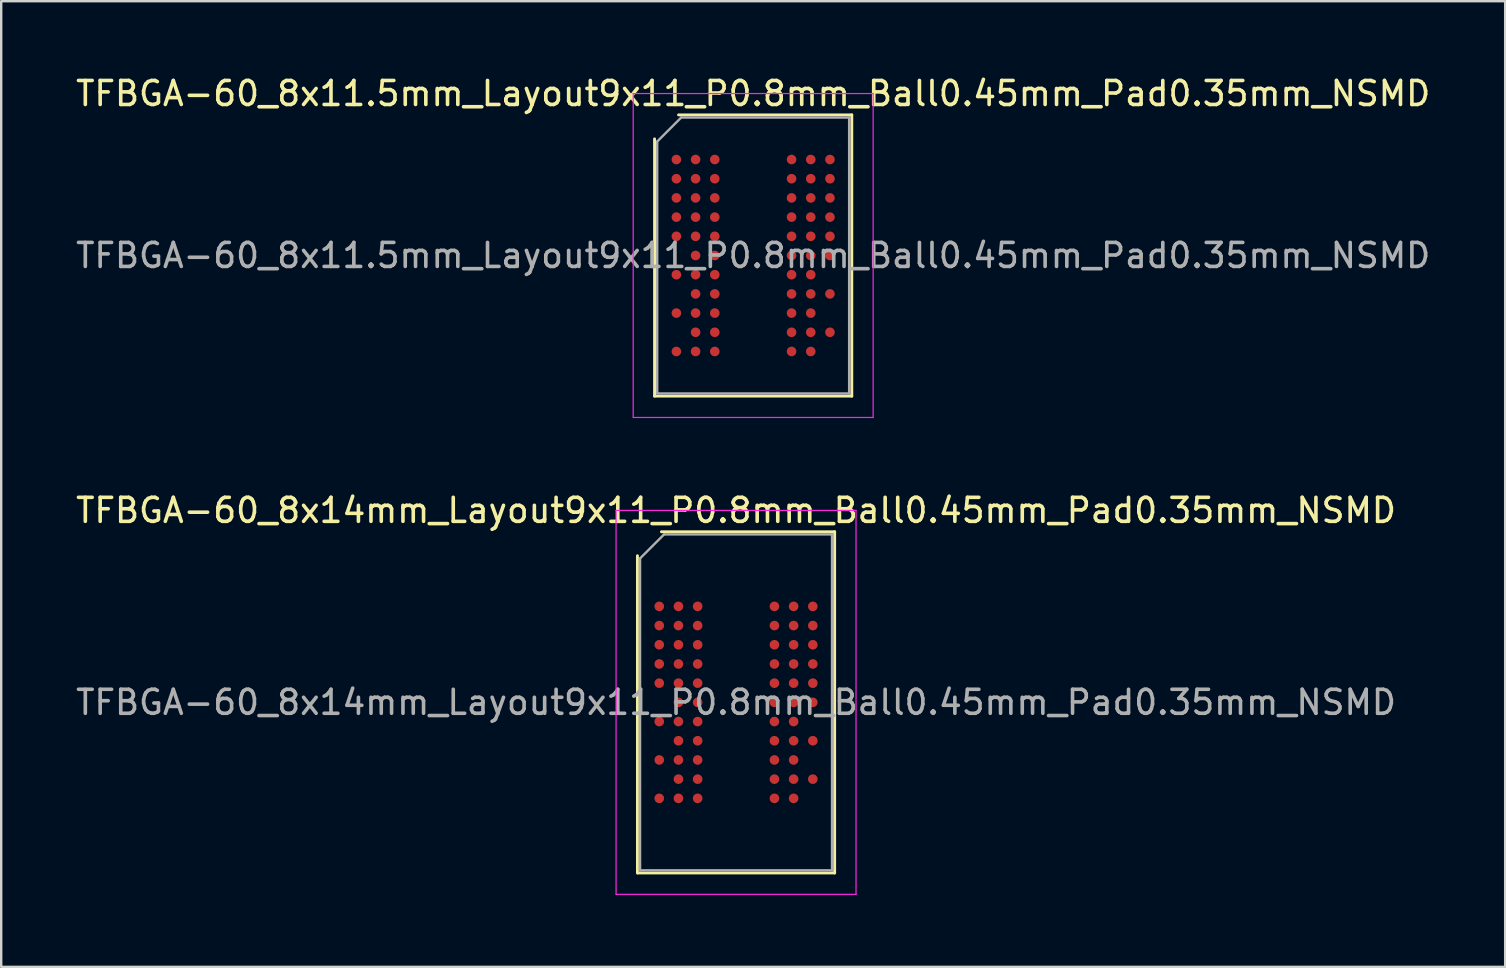
<source format=kicad_pcb>
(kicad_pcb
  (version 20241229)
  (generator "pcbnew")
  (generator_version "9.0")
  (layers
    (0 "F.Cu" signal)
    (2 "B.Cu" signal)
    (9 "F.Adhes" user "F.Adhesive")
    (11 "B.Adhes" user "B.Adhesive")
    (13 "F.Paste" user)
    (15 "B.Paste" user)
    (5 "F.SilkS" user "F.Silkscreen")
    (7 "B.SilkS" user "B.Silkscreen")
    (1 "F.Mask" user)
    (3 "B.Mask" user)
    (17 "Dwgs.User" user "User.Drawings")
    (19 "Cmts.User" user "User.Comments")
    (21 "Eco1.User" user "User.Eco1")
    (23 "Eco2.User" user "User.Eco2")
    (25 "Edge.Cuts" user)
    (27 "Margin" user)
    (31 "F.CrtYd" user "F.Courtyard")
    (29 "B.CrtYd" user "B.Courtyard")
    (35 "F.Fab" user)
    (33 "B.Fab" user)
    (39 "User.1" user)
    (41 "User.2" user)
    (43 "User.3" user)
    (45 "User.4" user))
  (footprint "TFBGA-60_8x11.5mm_Layout9x11_P0.8mm_Ball0.45mm_Pad0.35mm_NSMD"
    (layer "F.Cu")
    (at 28.339 7.598)
    (property "Reference" "TFBGA-60_8x11.5mm_Layout9x11_P0.8mm_Ball0.45mm_Pad0.35mm_NSMD" (at 0 -6.75 0) (layer "F.SilkS") (effects (font (size 1 1) (thickness 0.15))))
    (attr smd)
    (fp_line (start -4.11 5.86) (end -4.11 -4.86) (stroke (width 0.12) (type solid)) (layer "F.SilkS"))
    (fp_line (start -3.11 -5.86) (end 4.11 -5.86) (stroke (width 0.12) (type solid)) (layer "F.SilkS"))
    (fp_line (start 4.11 -5.86) (end 4.11 5.86) (stroke (width 0.12) (type solid)) (layer "F.SilkS"))
    (fp_line (start 4.11 5.86) (end -4.11 5.86) (stroke (width 0.12) (type solid)) (layer "F.SilkS"))
    (fp_line (start -5 -6.75) (end -5 6.75) (stroke (width 0.05) (type solid)) (layer "F.CrtYd"))
    (fp_line (start -5 6.75) (end 5 6.75) (stroke (width 0.05) (type solid)) (layer "F.CrtYd"))
    (fp_line (start 5 -6.75) (end -5 -6.75) (stroke (width 0.05) (type solid)) (layer "F.CrtYd"))
    (fp_line (start 5 6.75) (end 5 -6.75) (stroke (width 0.05) (type solid)) (layer "F.CrtYd"))
    (fp_line (start -4 -4.75) (end -3 -5.75) (stroke (width 0.1) (type solid)) (layer "F.Fab"))
    (fp_line (start -4 5.75) (end -4 -4.75) (stroke (width 0.1) (type solid)) (layer "F.Fab"))
    (fp_line (start -3 -5.75) (end 4 -5.75) (stroke (width 0.1) (type solid)) (layer "F.Fab"))
    (fp_line (start 4 -5.75) (end 4 5.75) (stroke (width 0.1) (type solid)) (layer "F.Fab"))
    (fp_line (start 4 5.75) (end -4 5.75) (stroke (width 0.1) (type solid)) (layer "F.Fab"))
    (fp_text user "${REFERENCE}" (at 0 0 0) (layer "F.Fab") (effects (font (size 1 1) (thickness 0.15))))
    (pad "A1" smd circle (at -3.2 -4) (size 0.4 0.4) (layers "F.Cu" "F.Mask" "F.Paste"))
    (pad "A2" smd circle (at -2.4 -4) (size 0.4 0.4) (layers "F.Cu" "F.Mask" "F.Paste"))
    (pad "A3" smd circle (at -1.6 -4) (size 0.4 0.4) (layers "F.Cu" "F.Mask" "F.Paste"))
    (pad "A7" smd circle (at 1.6 -4) (size 0.4 0.4) (layers "F.Cu" "F.Mask" "F.Paste"))
    (pad "A8" smd circle (at 2.4 -4) (size 0.4 0.4) (layers "F.Cu" "F.Mask" "F.Paste"))
    (pad "A9" smd circle (at 3.2 -4) (size 0.4 0.4) (layers "F.Cu" "F.Mask" "F.Paste"))
    (pad "B1" smd circle (at -3.2 -3.2) (size 0.4 0.4) (layers "F.Cu" "F.Mask" "F.Paste"))
    (pad "B2" smd circle (at -2.4 -3.2) (size 0.4 0.4) (layers "F.Cu" "F.Mask" "F.Paste"))
    (pad "B3" smd circle (at -1.6 -3.2) (size 0.4 0.4) (layers "F.Cu" "F.Mask" "F.Paste"))
    (pad "B7" smd circle (at 1.6 -3.2) (size 0.4 0.4) (layers "F.Cu" "F.Mask" "F.Paste"))
    (pad "B8" smd circle (at 2.4 -3.2) (size 0.4 0.4) (layers "F.Cu" "F.Mask" "F.Paste"))
    (pad "B9" smd circle (at 3.2 -3.2) (size 0.4 0.4) (layers "F.Cu" "F.Mask" "F.Paste"))
    (pad "C1" smd circle (at -3.2 -2.4) (size 0.4 0.4) (layers "F.Cu" "F.Mask" "F.Paste"))
    (pad "C2" smd circle (at -2.4 -2.4) (size 0.4 0.4) (layers "F.Cu" "F.Mask" "F.Paste"))
    (pad "C3" smd circle (at -1.6 -2.4) (size 0.4 0.4) (layers "F.Cu" "F.Mask" "F.Paste"))
    (pad "C7" smd circle (at 1.6 -2.4) (size 0.4 0.4) (layers "F.Cu" "F.Mask" "F.Paste"))
    (pad "C8" smd circle (at 2.4 -2.4) (size 0.4 0.4) (layers "F.Cu" "F.Mask" "F.Paste"))
    (pad "C9" smd circle (at 3.2 -2.4) (size 0.4 0.4) (layers "F.Cu" "F.Mask" "F.Paste"))
    (pad "D1" smd circle (at -3.2 -1.6) (size 0.4 0.4) (layers "F.Cu" "F.Mask" "F.Paste"))
    (pad "D2" smd circle (at -2.4 -1.6) (size 0.4 0.4) (layers "F.Cu" "F.Mask" "F.Paste"))
    (pad "D3" smd circle (at -1.6 -1.6) (size 0.4 0.4) (layers "F.Cu" "F.Mask" "F.Paste"))
    (pad "D7" smd circle (at 1.6 -1.6) (size 0.4 0.4) (layers "F.Cu" "F.Mask" "F.Paste"))
    (pad "D8" smd circle (at 2.4 -1.6) (size 0.4 0.4) (layers "F.Cu" "F.Mask" "F.Paste"))
    (pad "D9" smd circle (at 3.2 -1.6) (size 0.4 0.4) (layers "F.Cu" "F.Mask" "F.Paste"))
    (pad "E1" smd circle (at -3.2 -0.8) (size 0.4 0.4) (layers "F.Cu" "F.Mask" "F.Paste"))
    (pad "E2" smd circle (at -2.4 -0.8) (size 0.4 0.4) (layers "F.Cu" "F.Mask" "F.Paste"))
    (pad "E3" smd circle (at -1.6 -0.8) (size 0.4 0.4) (layers "F.Cu" "F.Mask" "F.Paste"))
    (pad "E7" smd circle (at 1.6 -0.8) (size 0.4 0.4) (layers "F.Cu" "F.Mask" "F.Paste"))
    (pad "E8" smd circle (at 2.4 -0.8) (size 0.4 0.4) (layers "F.Cu" "F.Mask" "F.Paste"))
    (pad "E9" smd circle (at 3.2 -0.8) (size 0.4 0.4) (layers "F.Cu" "F.Mask" "F.Paste"))
    (pad "F2" smd circle (at -2.4 0) (size 0.4 0.4) (layers "F.Cu" "F.Mask" "F.Paste"))
    (pad "F3" smd circle (at -1.6 0) (size 0.4 0.4) (layers "F.Cu" "F.Mask" "F.Paste"))
    (pad "F7" smd circle (at 1.6 0) (size 0.4 0.4) (layers "F.Cu" "F.Mask" "F.Paste"))
    (pad "F8" smd circle (at 2.4 0) (size 0.4 0.4) (layers "F.Cu" "F.Mask" "F.Paste"))
    (pad "F9" smd circle (at 3.2 0) (size 0.4 0.4) (layers "F.Cu" "F.Mask" "F.Paste"))
    (pad "G1" smd circle (at -3.2 0.8) (size 0.4 0.4) (layers "F.Cu" "F.Mask" "F.Paste"))
    (pad "G2" smd circle (at -2.4 0.8) (size 0.4 0.4) (layers "F.Cu" "F.Mask" "F.Paste"))
    (pad "G3" smd circle (at -1.6 0.8) (size 0.4 0.4) (layers "F.Cu" "F.Mask" "F.Paste"))
    (pad "G7" smd circle (at 1.6 0.8) (size 0.4 0.4) (layers "F.Cu" "F.Mask" "F.Paste"))
    (pad "G8" smd circle (at 2.4 0.8) (size 0.4 0.4) (layers "F.Cu" "F.Mask" "F.Paste"))
    (pad "H2" smd circle (at -2.4 1.6) (size 0.4 0.4) (layers "F.Cu" "F.Mask" "F.Paste"))
    (pad "H3" smd circle (at -1.6 1.6) (size 0.4 0.4) (layers "F.Cu" "F.Mask" "F.Paste"))
    (pad "H7" smd circle (at 1.6 1.6) (size 0.4 0.4) (layers "F.Cu" "F.Mask" "F.Paste"))
    (pad "H8" smd circle (at 2.4 1.6) (size 0.4 0.4) (layers "F.Cu" "F.Mask" "F.Paste"))
    (pad "H9" smd circle (at 3.2 1.6) (size 0.4 0.4) (layers "F.Cu" "F.Mask" "F.Paste"))
    (pad "J1" smd circle (at -3.2 2.4) (size 0.4 0.4) (layers "F.Cu" "F.Mask" "F.Paste"))
    (pad "J2" smd circle (at -2.4 2.4) (size 0.4 0.4) (layers "F.Cu" "F.Mask" "F.Paste"))
    (pad "J3" smd circle (at -1.6 2.4) (size 0.4 0.4) (layers "F.Cu" "F.Mask" "F.Paste"))
    (pad "J7" smd circle (at 1.6 2.4) (size 0.4 0.4) (layers "F.Cu" "F.Mask" "F.Paste"))
    (pad "J8" smd circle (at 2.4 2.4) (size 0.4 0.4) (layers "F.Cu" "F.Mask" "F.Paste"))
    (pad "K2" smd circle (at -2.4 3.2) (size 0.4 0.4) (layers "F.Cu" "F.Mask" "F.Paste"))
    (pad "K3" smd circle (at -1.6 3.2) (size 0.4 0.4) (layers "F.Cu" "F.Mask" "F.Paste"))
    (pad "K7" smd circle (at 1.6 3.2) (size 0.4 0.4) (layers "F.Cu" "F.Mask" "F.Paste"))
    (pad "K8" smd circle (at 2.4 3.2) (size 0.4 0.4) (layers "F.Cu" "F.Mask" "F.Paste"))
    (pad "K9" smd circle (at 3.2 3.2) (size 0.4 0.4) (layers "F.Cu" "F.Mask" "F.Paste"))
    (pad "L1" smd circle (at -3.2 4) (size 0.4 0.4) (layers "F.Cu" "F.Mask" "F.Paste"))
    (pad "L2" smd circle (at -2.4 4) (size 0.4 0.4) (layers "F.Cu" "F.Mask" "F.Paste"))
    (pad "L3" smd circle (at -1.6 4) (size 0.4 0.4) (layers "F.Cu" "F.Mask" "F.Paste"))
    (pad "L7" smd circle (at 1.6 4) (size 0.4 0.4) (layers "F.Cu" "F.Mask" "F.Paste"))
    (pad "L8" smd circle (at 2.4 4) (size 0.4 0.4) (layers "F.Cu" "F.Mask" "F.Paste")))
  (footprint "TFBGA-60_8x14mm_Layout9x11_P0.8mm_Ball0.45mm_Pad0.35mm_NSMD"
    (layer "F.Cu")
    (at 27.625 26.221)
    (property "Reference" "TFBGA-60_8x14mm_Layout9x11_P0.8mm_Ball0.45mm_Pad0.35mm_NSMD" (at 0 -8 0) (layer "F.SilkS") (effects (font (size 1 1) (thickness 0.15))))
    (attr smd)
    (fp_line (start -4.11 7.11) (end -4.11 -6.11) (stroke (width 0.12) (type solid)) (layer "F.SilkS"))
    (fp_line (start -3.11 -7.11) (end 4.11 -7.11) (stroke (width 0.12) (type solid)) (layer "F.SilkS"))
    (fp_line (start 4.11 -7.11) (end 4.11 7.11) (stroke (width 0.12) (type solid)) (layer "F.SilkS"))
    (fp_line (start 4.11 7.11) (end -4.11 7.11) (stroke (width 0.12) (type solid)) (layer "F.SilkS"))
    (fp_line (start -5 -8) (end -5 8) (stroke (width 0.05) (type solid)) (layer "F.CrtYd"))
    (fp_line (start -5 8) (end 5 8) (stroke (width 0.05) (type solid)) (layer "F.CrtYd"))
    (fp_line (start 5 -8) (end -5 -8) (stroke (width 0.05) (type solid)) (layer "F.CrtYd"))
    (fp_line (start 5 8) (end 5 -8) (stroke (width 0.05) (type solid)) (layer "F.CrtYd"))
    (fp_line (start -4 -6) (end -3 -7) (stroke (width 0.1) (type solid)) (layer "F.Fab"))
    (fp_line (start -4 7) (end -4 -6) (stroke (width 0.1) (type solid)) (layer "F.Fab"))
    (fp_line (start -3 -7) (end 4 -7) (stroke (width 0.1) (type solid)) (layer "F.Fab"))
    (fp_line (start 4 -7) (end 4 7) (stroke (width 0.1) (type solid)) (layer "F.Fab"))
    (fp_line (start 4 7) (end -4 7) (stroke (width 0.1) (type solid)) (layer "F.Fab"))
    (fp_text user "${REFERENCE}" (at 0 0 0) (layer "F.Fab") (effects (font (size 1 1) (thickness 0.15))))
    (pad "A1" smd circle (at -3.2 -4) (size 0.4 0.4) (layers "F.Cu" "F.Mask" "F.Paste"))
    (pad "A2" smd circle (at -2.4 -4) (size 0.4 0.4) (layers "F.Cu" "F.Mask" "F.Paste"))
    (pad "A3" smd circle (at -1.6 -4) (size 0.4 0.4) (layers "F.Cu" "F.Mask" "F.Paste"))
    (pad "A7" smd circle (at 1.6 -4) (size 0.4 0.4) (layers "F.Cu" "F.Mask" "F.Paste"))
    (pad "A8" smd circle (at 2.4 -4) (size 0.4 0.4) (layers "F.Cu" "F.Mask" "F.Paste"))
    (pad "A9" smd circle (at 3.2 -4) (size 0.4 0.4) (layers "F.Cu" "F.Mask" "F.Paste"))
    (pad "B1" smd circle (at -3.2 -3.2) (size 0.4 0.4) (layers "F.Cu" "F.Mask" "F.Paste"))
    (pad "B2" smd circle (at -2.4 -3.2) (size 0.4 0.4) (layers "F.Cu" "F.Mask" "F.Paste"))
    (pad "B3" smd circle (at -1.6 -3.2) (size 0.4 0.4) (layers "F.Cu" "F.Mask" "F.Paste"))
    (pad "B7" smd circle (at 1.6 -3.2) (size 0.4 0.4) (layers "F.Cu" "F.Mask" "F.Paste"))
    (pad "B8" smd circle (at 2.4 -3.2) (size 0.4 0.4) (layers "F.Cu" "F.Mask" "F.Paste"))
    (pad "B9" smd circle (at 3.2 -3.2) (size 0.4 0.4) (layers "F.Cu" "F.Mask" "F.Paste"))
    (pad "C1" smd circle (at -3.2 -2.4) (size 0.4 0.4) (layers "F.Cu" "F.Mask" "F.Paste"))
    (pad "C2" smd circle (at -2.4 -2.4) (size 0.4 0.4) (layers "F.Cu" "F.Mask" "F.Paste"))
    (pad "C3" smd circle (at -1.6 -2.4) (size 0.4 0.4) (layers "F.Cu" "F.Mask" "F.Paste"))
    (pad "C7" smd circle (at 1.6 -2.4) (size 0.4 0.4) (layers "F.Cu" "F.Mask" "F.Paste"))
    (pad "C8" smd circle (at 2.4 -2.4) (size 0.4 0.4) (layers "F.Cu" "F.Mask" "F.Paste"))
    (pad "C9" smd circle (at 3.2 -2.4) (size 0.4 0.4) (layers "F.Cu" "F.Mask" "F.Paste"))
    (pad "D1" smd circle (at -3.2 -1.6) (size 0.4 0.4) (layers "F.Cu" "F.Mask" "F.Paste"))
    (pad "D2" smd circle (at -2.4 -1.6) (size 0.4 0.4) (layers "F.Cu" "F.Mask" "F.Paste"))
    (pad "D3" smd circle (at -1.6 -1.6) (size 0.4 0.4) (layers "F.Cu" "F.Mask" "F.Paste"))
    (pad "D7" smd circle (at 1.6 -1.6) (size 0.4 0.4) (layers "F.Cu" "F.Mask" "F.Paste"))
    (pad "D8" smd circle (at 2.4 -1.6) (size 0.4 0.4) (layers "F.Cu" "F.Mask" "F.Paste"))
    (pad "D9" smd circle (at 3.2 -1.6) (size 0.4 0.4) (layers "F.Cu" "F.Mask" "F.Paste"))
    (pad "E1" smd circle (at -3.2 -0.8) (size 0.4 0.4) (layers "F.Cu" "F.Mask" "F.Paste"))
    (pad "E2" smd circle (at -2.4 -0.8) (size 0.4 0.4) (layers "F.Cu" "F.Mask" "F.Paste"))
    (pad "E3" smd circle (at -1.6 -0.8) (size 0.4 0.4) (layers "F.Cu" "F.Mask" "F.Paste"))
    (pad "E7" smd circle (at 1.6 -0.8) (size 0.4 0.4) (layers "F.Cu" "F.Mask" "F.Paste"))
    (pad "E8" smd circle (at 2.4 -0.8) (size 0.4 0.4) (layers "F.Cu" "F.Mask" "F.Paste"))
    (pad "E9" smd circle (at 3.2 -0.8) (size 0.4 0.4) (layers "F.Cu" "F.Mask" "F.Paste"))
    (pad "F2" smd circle (at -2.4 0) (size 0.4 0.4) (layers "F.Cu" "F.Mask" "F.Paste"))
    (pad "F3" smd circle (at -1.6 0) (size 0.4 0.4) (layers "F.Cu" "F.Mask" "F.Paste"))
    (pad "F7" smd circle (at 1.6 0) (size 0.4 0.4) (layers "F.Cu" "F.Mask" "F.Paste"))
    (pad "F8" smd circle (at 2.4 0) (size 0.4 0.4) (layers "F.Cu" "F.Mask" "F.Paste"))
    (pad "F9" smd circle (at 3.2 0) (size 0.4 0.4) (layers "F.Cu" "F.Mask" "F.Paste"))
    (pad "G1" smd circle (at -3.2 0.8) (size 0.4 0.4) (layers "F.Cu" "F.Mask" "F.Paste"))
    (pad "G2" smd circle (at -2.4 0.8) (size 0.4 0.4) (layers "F.Cu" "F.Mask" "F.Paste"))
    (pad "G3" smd circle (at -1.6 0.8) (size 0.4 0.4) (layers "F.Cu" "F.Mask" "F.Paste"))
    (pad "G7" smd circle (at 1.6 0.8) (size 0.4 0.4) (layers "F.Cu" "F.Mask" "F.Paste"))
    (pad "G8" smd circle (at 2.4 0.8) (size 0.4 0.4) (layers "F.Cu" "F.Mask" "F.Paste"))
    (pad "H2" smd circle (at -2.4 1.6) (size 0.4 0.4) (layers "F.Cu" "F.Mask" "F.Paste"))
    (pad "H3" smd circle (at -1.6 1.6) (size 0.4 0.4) (layers "F.Cu" "F.Mask" "F.Paste"))
    (pad "H7" smd circle (at 1.6 1.6) (size 0.4 0.4) (layers "F.Cu" "F.Mask" "F.Paste"))
    (pad "H8" smd circle (at 2.4 1.6) (size 0.4 0.4) (layers "F.Cu" "F.Mask" "F.Paste"))
    (pad "H9" smd circle (at 3.2 1.6) (size 0.4 0.4) (layers "F.Cu" "F.Mask" "F.Paste"))
    (pad "J1" smd circle (at -3.2 2.4) (size 0.4 0.4) (layers "F.Cu" "F.Mask" "F.Paste"))
    (pad "J2" smd circle (at -2.4 2.4) (size 0.4 0.4) (layers "F.Cu" "F.Mask" "F.Paste"))
    (pad "J3" smd circle (at -1.6 2.4) (size 0.4 0.4) (layers "F.Cu" "F.Mask" "F.Paste"))
    (pad "J7" smd circle (at 1.6 2.4) (size 0.4 0.4) (layers "F.Cu" "F.Mask" "F.Paste"))
    (pad "J8" smd circle (at 2.4 2.4) (size 0.4 0.4) (layers "F.Cu" "F.Mask" "F.Paste"))
    (pad "K2" smd circle (at -2.4 3.2) (size 0.4 0.4) (layers "F.Cu" "F.Mask" "F.Paste"))
    (pad "K3" smd circle (at -1.6 3.2) (size 0.4 0.4) (layers "F.Cu" "F.Mask" "F.Paste"))
    (pad "K7" smd circle (at 1.6 3.2) (size 0.4 0.4) (layers "F.Cu" "F.Mask" "F.Paste"))
    (pad "K8" smd circle (at 2.4 3.2) (size 0.4 0.4) (layers "F.Cu" "F.Mask" "F.Paste"))
    (pad "K9" smd circle (at 3.2 3.2) (size 0.4 0.4) (layers "F.Cu" "F.Mask" "F.Paste"))
    (pad "L1" smd circle (at -3.2 4) (size 0.4 0.4) (layers "F.Cu" "F.Mask" "F.Paste"))
    (pad "L2" smd circle (at -2.4 4) (size 0.4 0.4) (layers "F.Cu" "F.Mask" "F.Paste"))
    (pad "L3" smd circle (at -1.6 4) (size 0.4 0.4) (layers "F.Cu" "F.Mask" "F.Paste"))
    (pad "L7" smd circle (at 1.6 4) (size 0.4 0.4) (layers "F.Cu" "F.Mask" "F.Paste"))
    (pad "L8" smd circle (at 2.4 4) (size 0.4 0.4) (layers "F.Cu" "F.Mask" "F.Paste")))
  (gr_rect
    (start -3 -3)
    (end 59.679 37.246)
    (stroke (width 0.1) (type default))
    (fill no)
    (layer "Edge.Cuts")))
</source>
